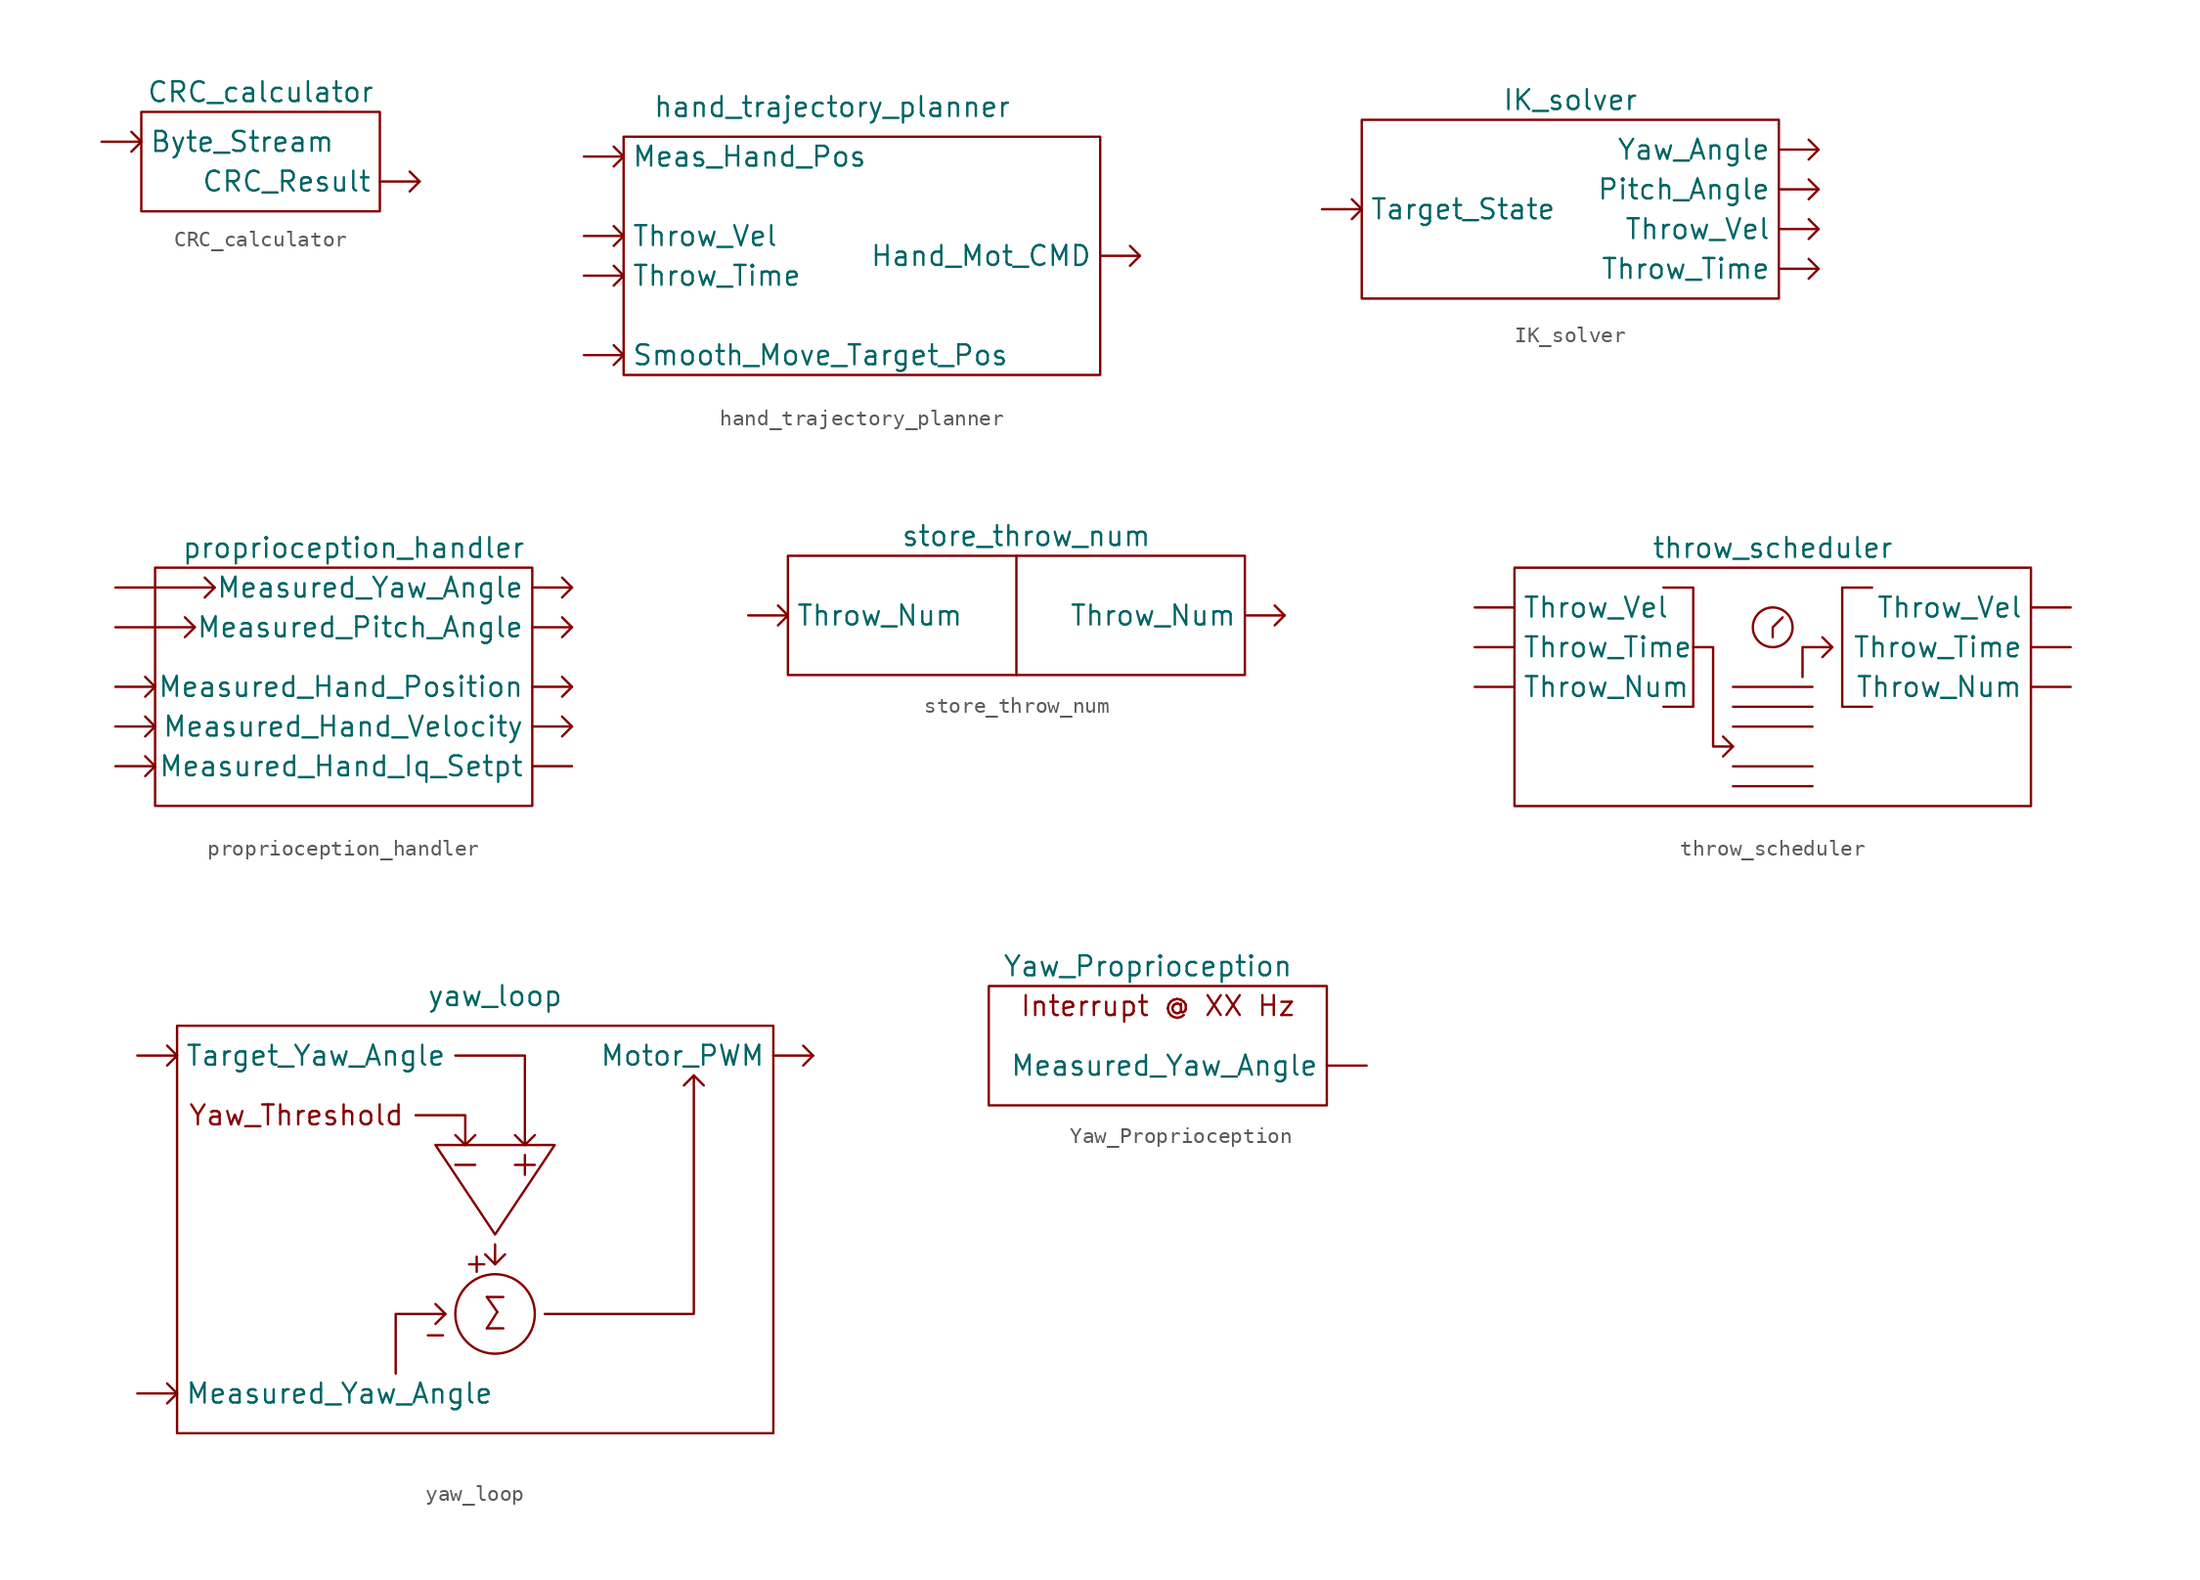
<source format=kicad_sym>
(kicad_symbol_lib
  (version 20211014)
  (generator kicad_symbol_editor)
  (symbol "CRC_calculator"
    (property "Reference" "U"
      (at -2.54 6.985 0)
      (effects (font (size 1.27 1.27)) hide))
    (property "Value" "CRC_calculator"
      (at -1.27 3.175 0)
      (effects (font (size 1.27 1.27))))
    (symbol "CRC_calculator_0_0"
      (rectangle (start -8.89 1.905) (end 6.35 -4.445) (stroke (width 0) (type default) (color 0 0 0 0)) (fill (type none)))
      (polyline (pts (xy -9.525 0.635) (xy -8.89 0) (xy -9.525 -0.635)) (stroke (width 0) (type default) (color 0 0 0 0)) (fill (type none)))
      (polyline (pts (xy 8.255 -1.905) (xy 8.89 -2.54) (xy 8.255 -3.175)) (stroke (width 0) (type default) (color 0 0 0 0)) (fill (type none))))
    (symbol "CRC_calculator_1_1"
      (pin input line (at -11.43 0 0) (length 2.54) (name "Byte_Stream" (effects (font (size 1.27 1.27)))) (number "" (effects (font (size 1.27 1.27)))))
      (pin output line (at 8.89 -2.54 180) (length 2.54) (name "CRC_Result" (effects (font (size 1.27 1.27)))) (number "" (effects (font (size 1.27 1.27)))))))
  (symbol "hand_trajectory_planner"
    (property "Reference" "U"
      (at -6.985 11.43 0)
      (effects (font (size 1.27 1.27)) hide))
    (property "Value" "hand_trajectory_planner"
      (at 1.905 1.905 0)
      (effects (font (size 1.27 1.27))))
    (symbol "hand_trajectory_planner_0_0"
      (rectangle (start -11.43 0) (end 19.05 -15.24) (stroke (width 0) (type default) (color 0 0 0 0)) (fill (type none)))
      (polyline (pts (xy -12.065 -13.335) (xy -11.43 -13.97) (xy -12.065 -14.605)) (stroke (width 0) (type default) (color 0 0 0 0)) (fill (type none)))
      (polyline (pts (xy -12.065 -8.255) (xy -11.43 -8.89) (xy -12.065 -9.525)) (stroke (width 0) (type default) (color 0 0 0 0)) (fill (type none)))
      (polyline (pts (xy -12.065 -5.715) (xy -11.43 -6.35) (xy -12.065 -6.985)) (stroke (width 0) (type default) (color 0 0 0 0)) (fill (type none)))
      (polyline (pts (xy -12.065 -0.635) (xy -11.43 -1.27) (xy -12.065 -1.905)) (stroke (width 0) (type default) (color 0 0 0 0)) (fill (type none)))
      (polyline (pts (xy 20.955 -6.985) (xy 21.59 -7.62) (xy 20.955 -8.255)) (stroke (width 0) (type default) (color 0 0 0 0)) (fill (type none))))
    (symbol "hand_trajectory_planner_1_1"
      (pin output line (at 21.59 -7.62 180) (length 2.54) (name "Hand_Mot_CMD" (effects (font (size 1.27 1.27)))) (number "" (effects (font (size 1.27 1.27)))))
      (pin input line (at -13.97 -1.27 0) (length 2.54) (name "Meas_Hand_Pos" (effects (font (size 1.27 1.27)))) (number "" (effects (font (size 1.27 1.27)))))
      (pin input line (at -13.97 -13.97 0) (length 2.54) (name "Smooth_Move_Target_Pos" (effects (font (size 1.27 1.27)))) (number "" (effects (font (size 1.27 1.27)))))
      (pin input line (at -13.97 -8.89 0) (length 2.54) (name "Throw_Time" (effects (font (size 1.27 1.27)))) (number "" (effects (font (size 1.27 1.27)))))
      (pin input line (at -13.97 -6.35 0) (length 2.54) (name "Throw_Vel" (effects (font (size 1.27 1.27)))) (number "" (effects (font (size 1.27 1.27)))))))
  (symbol "IK_solver"
    (property "Reference" "U"
      (at -8.89 7.62 0)
      (effects (font (size 1.27 1.27)) hide))
    (property "Value" "IK_solver"
      (at 0.635 4.445 0)
      (effects (font (size 1.27 1.27))))
    (symbol "IK_solver_0_0"
      (rectangle (start -12.7 3.175) (end 13.97 -8.255) (stroke (width 0) (type default) (color 0 0 0 0)) (fill (type none)))
      (polyline (pts (xy -13.335 -1.905) (xy -12.7 -2.54) (xy -13.335 -3.175)) (stroke (width 0) (type default) (color 0 0 0 0)) (fill (type none)))
      (polyline (pts (xy 15.875 -5.715) (xy 16.51 -6.35) (xy 15.875 -6.985)) (stroke (width 0) (type default) (color 0 0 0 0)) (fill (type none)))
      (polyline (pts (xy 15.875 -3.175) (xy 16.51 -3.81) (xy 15.875 -4.445)) (stroke (width 0) (type default) (color 0 0 0 0)) (fill (type none)))
      (polyline (pts (xy 15.875 -0.635) (xy 16.51 -1.27) (xy 15.875 -1.905)) (stroke (width 0) (type default) (color 0 0 0 0)) (fill (type none)))
      (polyline (pts (xy 15.875 1.905) (xy 16.51 1.27) (xy 15.875 0.635)) (stroke (width 0) (type default) (color 0 0 0 0)) (fill (type none))))
    (symbol "IK_solver_1_1"
      (pin output line (at 16.51 -1.27 180) (length 2.54) (name "Pitch_Angle" (effects (font (size 1.27 1.27)))) (number "" (effects (font (size 1.27 1.27)))))
      (pin input line (at -15.24 -2.54 0) (length 2.54) (name "Target_State" (effects (font (size 1.27 1.27)))) (number "" (effects (font (size 1.27 1.27)))))
      (pin output line (at 16.51 -6.35 180) (length 2.54) (name "Throw_Time" (effects (font (size 1.27 1.27)))) (number "" (effects (font (size 1.27 1.27)))))
      (pin output line (at 16.51 -3.81 180) (length 2.54) (name "Throw_Vel" (effects (font (size 1.27 1.27)))) (number "" (effects (font (size 1.27 1.27)))))
      (pin output line (at 16.51 1.27 180) (length 2.54) (name "Yaw_Angle" (effects (font (size 1.27 1.27)))) (number "" (effects (font (size 1.27 1.27)))))))
  (symbol "proprioception_handler"
    (property "Reference" "U"
      (at 24.13 6.35 0)
      (effects (font (size 1.27 1.27)) hide))
    (property "Value" "proprioception_handler"
      (at 3.81 3.81 0)
      (effects (font (size 1.27 1.27))))
    (symbol "proprioception_handler_0_0"
      (rectangle (start -8.89 2.54) (end 15.24 -12.7) (stroke (width 0) (type default) (color 0 0 0 0)) (fill (type none)))
      (polyline (pts (xy -8.89 -1.27) (xy -6.35 -1.27)) (stroke (width 0) (type default) (color 0 0 0 0)) (fill (type none)))
      (polyline (pts (xy -8.89 1.27) (xy -5.08 1.27)) (stroke (width 0) (type default) (color 0 0 0 0)) (fill (type none)))
      (polyline (pts (xy -9.525 -9.525) (xy -8.89 -10.16) (xy -9.525 -10.795)) (stroke (width 0) (type default) (color 0 0 0 0)) (fill (type none)))
      (polyline (pts (xy -9.525 -6.985) (xy -8.89 -7.62) (xy -9.525 -8.255)) (stroke (width 0) (type default) (color 0 0 0 0)) (fill (type none)))
      (polyline (pts (xy -9.525 -4.445) (xy -8.89 -5.08) (xy -9.525 -5.715)) (stroke (width 0) (type default) (color 0 0 0 0)) (fill (type none)))
      (polyline (pts (xy -6.985 -0.635) (xy -6.35 -1.27) (xy -6.985 -1.905)) (stroke (width 0) (type default) (color 0 0 0 0)) (fill (type none)))
      (polyline (pts (xy -5.715 1.905) (xy -5.08 1.27) (xy -5.715 0.635)) (stroke (width 0) (type default) (color 0 0 0 0)) (fill (type none)))
      (polyline (pts (xy 17.145 -6.985) (xy 17.78 -7.62) (xy 17.145 -8.255)) (stroke (width 0) (type default) (color 0 0 0 0)) (fill (type none)))
      (polyline (pts (xy 17.145 -4.445) (xy 17.78 -5.08) (xy 17.145 -5.715)) (stroke (width 0) (type default) (color 0 0 0 0)) (fill (type none)))
      (polyline (pts (xy 17.145 -0.635) (xy 17.78 -1.27) (xy 17.145 -1.905)) (stroke (width 0) (type default) (color 0 0 0 0)) (fill (type none)))
      (polyline (pts (xy 17.145 1.905) (xy 17.78 1.27) (xy 17.145 0.635)) (stroke (width 0) (type default) (color 0 0 0 0)) (fill (type none))))
    (symbol "proprioception_handler_1_1"
      (pin input line (at -11.43 -10.16 0) (length 2.54) (name "" (effects (font (size 1.27 1.27)))) (number "" (effects (font (size 1.27 1.27)))))
      (pin input line (at -11.43 -7.62 0) (length 2.54) (name "" (effects (font (size 1.27 1.27)))) (number "" (effects (font (size 1.27 1.27)))))
      (pin input line (at -11.43 -5.08 0) (length 2.54) (name "" (effects (font (size 1.27 1.27)))) (number "" (effects (font (size 1.27 1.27)))))
      (pin input line (at -11.43 -1.27 0) (length 2.54) (name "" (effects (font (size 1.27 1.27)))) (number "" (effects (font (size 1.27 1.27)))))
      (pin input line (at -11.43 1.27 0) (length 2.54) (name "" (effects (font (size 1.27 1.27)))) (number "" (effects (font (size 1.27 1.27)))))
      (pin output line (at 17.78 -10.16 180) (length 2.54) (name "Measured_Hand_Iq_Setpt" (effects (font (size 1.27 1.27)))) (number "" (effects (font (size 1.27 1.27)))))
      (pin output line (at 17.78 -5.08 180) (length 2.54) (name "Measured_Hand_Position" (effects (font (size 1.27 1.27)))) (number "" (effects (font (size 1.27 1.27)))))
      (pin output line (at 17.78 -7.62 180) (length 2.54) (name "Measured_Hand_Velocity" (effects (font (size 1.27 1.27)))) (number "" (effects (font (size 1.27 1.27)))))
      (pin output line (at 17.78 -1.27 180) (length 2.54) (name "Measured_Pitch_Angle" (effects (font (size 1.27 1.27)))) (number "" (effects (font (size 1.27 1.27)))))
      (pin output line (at 17.78 1.27 180) (length 2.54) (name "Measured_Yaw_Angle" (effects (font (size 1.27 1.27)))) (number "" (effects (font (size 1.27 1.27)))))))
  (symbol "store_throw_num"
    (property "Reference" "U"
      (at 5.08 3.81 0)
      (effects (font (size 1.27 1.27)) hide))
    (property "Value" "store_throw_num"
      (at 15.24 1.27 0)
      (effects (font (size 1.27 1.27))))
    (symbol "store_throw_num_0_0"
      (polyline (pts (xy 14.605 0) (xy 14.605 -7.62)) (stroke (width 0) (type default) (color 0 0 0 0)) (fill (type none)))
      (polyline (pts (xy -0.635 -3.175) (xy 0 -3.81) (xy -0.635 -4.445)) (stroke (width 0) (type default) (color 0 0 0 0)) (fill (type none)))
      (polyline (pts (xy 31.115 -3.175) (xy 31.75 -3.81) (xy 31.115 -4.445)) (stroke (width 0) (type default) (color 0 0 0 0)) (fill (type none)))
      (rectangle (start 0 0) (end 29.21 -7.62) (stroke (width 0) (type default) (color 0 0 0 0)) (fill (type none))))
    (symbol "store_throw_num_1_1"
      (pin input line (at -2.54 -3.81 0) (length 2.54) (name "Throw_Num" (effects (font (size 1.27 1.27)))) (number "" (effects (font (size 1.27 1.27)))))
      (pin output line (at 31.75 -3.81 180) (length 2.54) (name "Throw_Num" (effects (font (size 1.27 1.27)))) (number "" (effects (font (size 1.27 1.27)))))))
  (symbol "throw_scheduler"
    (property "Reference" "U"
      (at -8.89 10.16 0)
      (effects (font (size 1.27 1.27)) hide))
    (property "Value" "throw_scheduler"
      (at 0 5.08 0)
      (effects (font (size 1.27 1.27))))
    (symbol "throw_scheduler_0_1"
      (rectangle (start -16.51 3.81) (end 16.51 -11.43) (stroke (width 0) (type default) (color 0 0 0 0)) (fill (type none)))
      (polyline (pts (xy -2.54 -10.16) (xy 2.54 -10.16)) (stroke (width 0) (type default) (color 0 0 0 0)) (fill (type none)))
      (polyline (pts (xy -2.54 -8.89) (xy 2.54 -8.89)) (stroke (width 0) (type default) (color 0 0 0 0)) (fill (type none)))
      (polyline (pts (xy -2.54 -6.35) (xy 2.54 -6.35)) (stroke (width 0) (type default) (color 0 0 0 0)) (fill (type none)))
      (polyline (pts (xy -2.54 -5.08) (xy 2.54 -5.08)) (stroke (width 0) (type default) (color 0 0 0 0)) (fill (type none)))
      (polyline (pts (xy -2.54 -3.81) (xy 2.54 -3.81)) (stroke (width 0) (type default) (color 0 0 0 0)) (fill (type none)))
      (polyline (pts (xy -3.175 -6.985) (xy -2.54 -7.62) (xy -3.175 -8.255)) (stroke (width 0) (type default) (color 0 0 0 0)) (fill (type none)))
      (polyline (pts (xy 0 -0.635) (xy 0 0) (xy 0.635 0.635)) (stroke (width 0) (type default) (color 0 0 0 0)) (fill (type none)))
      (polyline (pts (xy 1.905 -3.175) (xy 1.905 -1.27) (xy 3.81 -1.27)) (stroke (width 0) (type default) (color 0 0 0 0)) (fill (type none)))
      (polyline (pts (xy 3.175 -0.635) (xy 3.81 -1.27) (xy 3.175 -1.905)) (stroke (width 0) (type default) (color 0 0 0 0)) (fill (type none)))
      (polyline (pts (xy -6.985 2.54) (xy -5.08 2.54) (xy -5.08 -5.08) (xy -6.985 -5.08)) (stroke (width 0) (type default) (color 0 0 0 0)) (fill (type none)))
      (polyline (pts (xy -5.08 -1.27) (xy -3.81 -1.27) (xy -3.81 -7.62) (xy -2.54 -7.62)) (stroke (width 0) (type default) (color 0 0 0 0)) (fill (type none)))
      (polyline (pts (xy 6.35 2.54) (xy 4.445 2.54) (xy 4.445 -5.08) (xy 6.35 -5.08)) (stroke (width 0) (type default) (color 0 0 0 0)) (fill (type none)))
      (circle (center 0 0) (radius 1.27) (stroke (width 0) (type default) (color 0 0 0 0)) (fill (type none))))
    (symbol "throw_scheduler_1_1"
      (pin input line (at -19.05 -3.81 0) (length 2.54) (name "Throw_Num" (effects (font (size 1.27 1.27)))) (number "" (effects (font (size 1.27 1.27)))))
      (pin output line (at 19.05 -3.81 180) (length 2.54) (name "Throw_Num" (effects (font (size 1.27 1.27)))) (number "" (effects (font (size 1.27 1.27)))))
      (pin input line (at -19.05 -1.27 0) (length 2.54) (name "Throw_Time" (effects (font (size 1.27 1.27)))) (number "" (effects (font (size 1.27 1.27)))))
      (pin output line (at 19.05 -1.27 180) (length 2.54) (name "Throw_Time" (effects (font (size 1.27 1.27)))) (number "" (effects (font (size 1.27 1.27)))))
      (pin input line (at -19.05 1.27 0) (length 2.54) (name "Throw_Vel" (effects (font (size 1.27 1.27)))) (number "" (effects (font (size 1.27 1.27)))))
      (pin output line (at 19.05 1.27 180) (length 2.54) (name "Throw_Vel" (effects (font (size 1.27 1.27)))) (number "" (effects (font (size 1.27 1.27)))))))
  (symbol "yaw_loop"
    (property "Reference" "U"
      (at -8.89 7.62 0)
      (effects (font (size 1.27 1.27)) hide))
    (property "Value" "yaw_loop"
      (at 6.35 1.27 0)
      (effects (font (size 1.27 1.27))))
    (symbol "yaw_loop_0_0"
      (rectangle (start -13.97 -0.635) (end 24.13 -26.67) (stroke (width 0) (type default) (color 0 0 0 0)) (fill (type none)))
      (polyline (pts (xy 5.08 -9.525) (xy 3.81 -9.525)) (stroke (width 0) (type default) (color 0 0 0 0)) (fill (type none)))
      (polyline (pts (xy 6.35 -14.605) (xy 6.35 -15.875)) (stroke (width 0) (type default) (color 0 0 0 0)) (fill (type none)))
      (polyline (pts (xy 8.255 -10.16) (xy 8.255 -8.89)) (stroke (width 0) (type default) (color 0 0 0 0)) (fill (type none)))
      (polyline (pts (xy 8.89 -9.525) (xy 7.62 -9.525)) (stroke (width 0) (type default) (color 0 0 0 0)) (fill (type none)))
      (polyline (pts (xy -14.605 -23.495) (xy -13.97 -24.13) (xy -14.605 -24.765)) (stroke (width 0) (type default) (color 0 0 0 0)) (fill (type none)))
      (polyline (pts (xy -14.605 -1.905) (xy -13.97 -2.54) (xy -14.605 -3.175)) (stroke (width 0) (type default) (color 0 0 0 0)) (fill (type none)))
      (polyline (pts (xy 0 -22.86) (xy 0 -19.05) (xy 3.175 -19.05)) (stroke (width 0) (type default) (color 0 0 0 0)) (fill (type none)))
      (polyline (pts (xy 1.27 -6.35) (xy 4.445 -6.35) (xy 4.445 -8.255)) (stroke (width 0) (type default) (color 0 0 0 0)) (fill (type none)))
      (polyline (pts (xy 2.54 -18.415) (xy 3.175 -19.05) (xy 2.54 -19.685)) (stroke (width 0) (type default) (color 0 0 0 0)) (fill (type none)))
      (polyline (pts (xy 3.81 -7.62) (xy 4.445 -8.255) (xy 5.08 -7.62)) (stroke (width 0) (type default) (color 0 0 0 0)) (fill (type none)))
      (polyline (pts (xy 3.81 -2.54) (xy 8.255 -2.54) (xy 8.255 -8.255)) (stroke (width 0) (type default) (color 0 0 0 0)) (fill (type none)))
      (polyline (pts (xy 5.715 -15.24) (xy 6.35 -15.875) (xy 6.985 -15.24)) (stroke (width 0) (type default) (color 0 0 0 0)) (fill (type none)))
      (polyline (pts (xy 7.62 -7.62) (xy 8.255 -8.255) (xy 8.89 -7.62)) (stroke (width 0) (type default) (color 0 0 0 0)) (fill (type none)))
      (polyline (pts (xy 9.525 -19.05) (xy 19.05 -19.05) (xy 19.05 -3.81)) (stroke (width 0) (type default) (color 0 0 0 0)) (fill (type none)))
      (polyline (pts (xy 18.415 -4.445) (xy 19.05 -3.81) (xy 19.685 -4.445)) (stroke (width 0) (type default) (color 0 0 0 0)) (fill (type none)))
      (polyline (pts (xy 26.035 -1.905) (xy 26.67 -2.54) (xy 26.035 -3.175)) (stroke (width 0) (type default) (color 0 0 0 0)) (fill (type none)))
      (polyline (pts (xy 10.16 -8.255) (xy 2.54 -8.255) (xy 6.35 -13.97) (xy 10.16 -8.255)) (stroke (width 0) (type default) (color 0 0 0 0)) (fill (type none)))
      (circle (center 6.35 -19.05) (radius 2.54) (stroke (width 0) (type default) (color 0 0 0 0)) (fill (type none)))
      (text "+" (at 5.08 -15.875 900) (effects (font (size 1.27 1.27))))
      (text "-" (at 2.54 -20.32 0) (effects (font (size 1.27 1.27))))
      (text "Yaw_Threshold" (at -6.35 -6.35 0) (effects (font (size 1.27 1.27))))
      (text "Σ" (at 6.35 -19.05 0) (effects (font (size 2 2)))))
    (symbol "yaw_loop_1_1"
      (pin input line (at -16.51 -24.13 0) (length 2.54) (name "Measured_Yaw_Angle" (effects (font (size 1.27 1.27)))) (number "" (effects (font (size 1.27 1.27)))))
      (pin output line (at 26.67 -2.54 180) (length 2.54) (name "Motor_PWM" (effects (font (size 1.27 1.27)))) (number "" (effects (font (size 1.27 1.27)))))
      (pin input line (at -16.51 -2.54 0) (length 2.54) (name "Target_Yaw_Angle" (effects (font (size 1.27 1.27)))) (number "" (effects (font (size 1.27 1.27)))))))
  (symbol "Yaw_Proprioception"
    (property "Reference" "U"
      (at -15.24 12.7 0)
      (effects (font (size 1.27 1.27)) hide))
    (property "Value" "Yaw_Proprioception"
      (at 1.27 1.27 0)
      (effects (font (size 1.27 1.27))))
    (symbol "Yaw_Proprioception_0_0"
      (rectangle (start -8.89 0) (end 12.7 -7.62) (stroke (width 0) (type default) (color 0 0 0 0)) (fill (type none)))
      (text "Interrupt @ XX Hz" (at 1.905 -1.27 0) (effects (font (size 1.27 1.27)))))
    (symbol "Yaw_Proprioception_1_1"
      (pin output line (at 15.24 -5.08 180) (length 2.54) (name "Measured_Yaw_Angle" (effects (font (size 1.27 1.27)))) (number "" (effects (font (size 1.27 1.27))))))))
</source>
